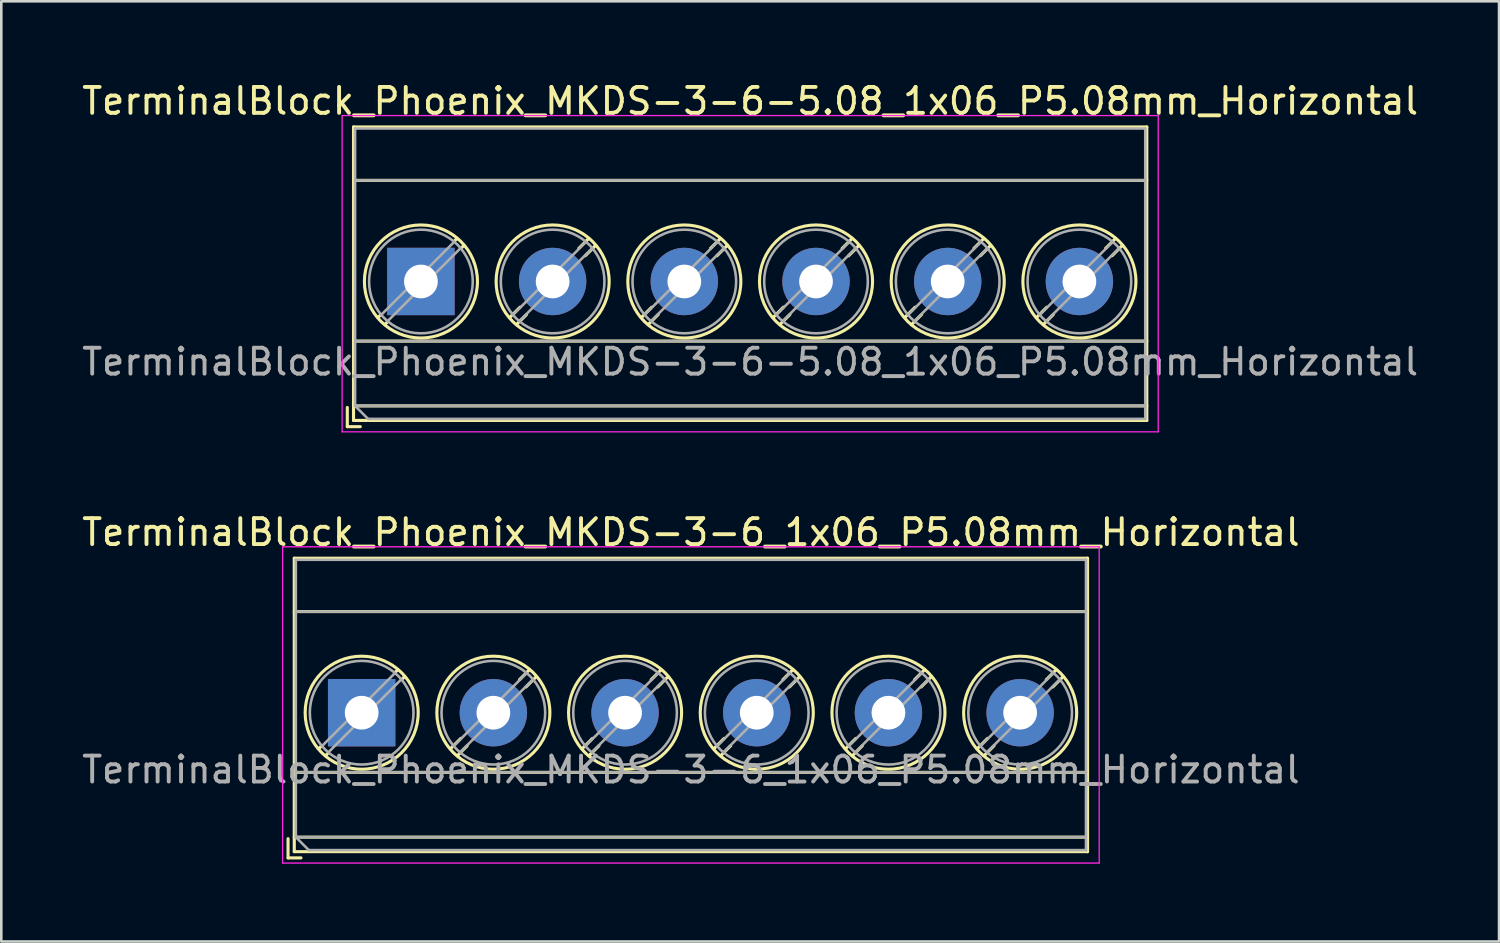
<source format=kicad_pcb>
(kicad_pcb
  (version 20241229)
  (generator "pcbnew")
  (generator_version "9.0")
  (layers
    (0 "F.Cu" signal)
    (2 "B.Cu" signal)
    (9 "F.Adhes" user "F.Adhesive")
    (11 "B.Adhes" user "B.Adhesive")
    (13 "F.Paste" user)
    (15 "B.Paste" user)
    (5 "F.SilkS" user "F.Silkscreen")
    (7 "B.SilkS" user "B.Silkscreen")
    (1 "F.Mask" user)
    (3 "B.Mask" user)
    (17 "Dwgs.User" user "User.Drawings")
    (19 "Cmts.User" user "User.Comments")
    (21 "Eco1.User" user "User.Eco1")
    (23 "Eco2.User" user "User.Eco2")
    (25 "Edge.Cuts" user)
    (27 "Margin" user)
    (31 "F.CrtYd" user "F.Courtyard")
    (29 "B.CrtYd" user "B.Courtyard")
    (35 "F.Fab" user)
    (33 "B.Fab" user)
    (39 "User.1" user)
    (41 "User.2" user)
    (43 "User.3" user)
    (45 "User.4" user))
  (footprint "TerminalBlock_Phoenix_MKDS-3-6_1x06_P5.08mm_Horizontal"
    (layer "F.Cu")
    (at 10.901 24.442)
    (property "Reference" "TerminalBlock_Phoenix_MKDS-3-6_1x06_P5.08mm_Horizontal" (at 12.7 -6.96 0) (layer "F.SilkS") (effects (font (size 1 1) (thickness 0.15))))
    (attr through_hole)
    (fp_line (start -2.84 4.86) (end -2.84 5.6) (stroke (width 0.12) (type solid)) (layer "F.SilkS"))
    (fp_line (start -2.84 5.6) (end -2.34 5.6) (stroke (width 0.12) (type solid)) (layer "F.SilkS"))
    (fp_line (start -2.6 -5.96) (end -2.6 5.36) (stroke (width 0.12) (type solid)) (layer "F.SilkS"))
    (fp_line (start -2.6 -5.96) (end 28 -5.96) (stroke (width 0.12) (type solid)) (layer "F.SilkS"))
    (fp_line (start -2.6 -3.9) (end 28 -3.9) (stroke (width 0.12) (type solid)) (layer "F.SilkS"))
    (fp_line (start -2.6 2.3) (end 28 2.3) (stroke (width 0.12) (type solid)) (layer "F.SilkS"))
    (fp_line (start -2.6 4.8) (end 28 4.8) (stroke (width 0.12) (type solid)) (layer "F.SilkS"))
    (fp_line (start -2.6 5.36) (end 28 5.36) (stroke (width 0.12) (type solid)) (layer "F.SilkS"))
    (fp_line (start -1.548 1.281) (end -1.654 1.388) (stroke (width 0.12) (type solid)) (layer "F.SilkS"))
    (fp_line (start -1.282 1.547) (end -1.388 1.654) (stroke (width 0.12) (type solid)) (layer "F.SilkS"))
    (fp_line (start 1.388 -1.654) (end 1.281 -1.547) (stroke (width 0.12) (type solid)) (layer "F.SilkS"))
    (fp_line (start 1.654 -1.388) (end 1.547 -1.281) (stroke (width 0.12) (type solid)) (layer "F.SilkS"))
    (fp_line (start 3.822 0.992) (end 3.427 1.388) (stroke (width 0.12) (type solid)) (layer "F.SilkS"))
    (fp_line (start 4.073 1.274) (end 3.693 1.654) (stroke (width 0.12) (type solid)) (layer "F.SilkS"))
    (fp_line (start 6.468 -1.654) (end 6.088 -1.274) (stroke (width 0.12) (type solid)) (layer "F.SilkS"))
    (fp_line (start 6.734 -1.388) (end 6.339 -0.992) (stroke (width 0.12) (type solid)) (layer "F.SilkS"))
    (fp_line (start 8.902 0.992) (end 8.507 1.388) (stroke (width 0.12) (type solid)) (layer "F.SilkS"))
    (fp_line (start 9.153 1.274) (end 8.773 1.654) (stroke (width 0.12) (type solid)) (layer "F.SilkS"))
    (fp_line (start 11.548 -1.654) (end 11.168 -1.274) (stroke (width 0.12) (type solid)) (layer "F.SilkS"))
    (fp_line (start 11.814 -1.388) (end 11.419 -0.992) (stroke (width 0.12) (type solid)) (layer "F.SilkS"))
    (fp_line (start 13.982 0.992) (end 13.587 1.388) (stroke (width 0.12) (type solid)) (layer "F.SilkS"))
    (fp_line (start 14.233 1.274) (end 13.853 1.654) (stroke (width 0.12) (type solid)) (layer "F.SilkS"))
    (fp_line (start 16.628 -1.654) (end 16.248 -1.274) (stroke (width 0.12) (type solid)) (layer "F.SilkS"))
    (fp_line (start 16.894 -1.388) (end 16.499 -0.992) (stroke (width 0.12) (type solid)) (layer "F.SilkS"))
    (fp_line (start 19.062 0.992) (end 18.667 1.388) (stroke (width 0.12) (type solid)) (layer "F.SilkS"))
    (fp_line (start 19.313 1.274) (end 18.933 1.654) (stroke (width 0.12) (type solid)) (layer "F.SilkS"))
    (fp_line (start 21.708 -1.654) (end 21.328 -1.274) (stroke (width 0.12) (type solid)) (layer "F.SilkS"))
    (fp_line (start 21.974 -1.388) (end 21.579 -0.992) (stroke (width 0.12) (type solid)) (layer "F.SilkS"))
    (fp_line (start 24.142 0.992) (end 23.747 1.388) (stroke (width 0.12) (type solid)) (layer "F.SilkS"))
    (fp_line (start 24.393 1.274) (end 24.013 1.654) (stroke (width 0.12) (type solid)) (layer "F.SilkS"))
    (fp_line (start 26.788 -1.654) (end 26.408 -1.274) (stroke (width 0.12) (type solid)) (layer "F.SilkS"))
    (fp_line (start 27.054 -1.388) (end 26.659 -0.992) (stroke (width 0.12) (type solid)) (layer "F.SilkS"))
    (fp_line (start 28 -5.96) (end 28 5.36) (stroke (width 0.12) (type solid)) (layer "F.SilkS"))
    (fp_circle (center 0 0) (end 2.18 0) (stroke (width 0.12) (type solid)) (fill no) (layer "F.SilkS"))
    (fp_circle (center 5.08 0) (end 7.26 0) (stroke (width 0.12) (type solid)) (fill no) (layer "F.SilkS"))
    (fp_circle (center 10.16 0) (end 12.34 0) (stroke (width 0.12) (type solid)) (fill no) (layer "F.SilkS"))
    (fp_circle (center 15.24 0) (end 17.42 0) (stroke (width 0.12) (type solid)) (fill no) (layer "F.SilkS"))
    (fp_circle (center 20.32 0) (end 22.5 0) (stroke (width 0.12) (type solid)) (fill no) (layer "F.SilkS"))
    (fp_circle (center 25.4 0) (end 27.58 0) (stroke (width 0.12) (type solid)) (fill no) (layer "F.SilkS"))
    (fp_line (start -3.05 -6.4) (end -3.05 5.8) (stroke (width 0.05) (type solid)) (layer "F.CrtYd"))
    (fp_line (start -3.05 5.8) (end 28.45 5.8) (stroke (width 0.05) (type solid)) (layer "F.CrtYd"))
    (fp_line (start 28.45 -6.4) (end -3.05 -6.4) (stroke (width 0.05) (type solid)) (layer "F.CrtYd"))
    (fp_line (start 28.45 5.8) (end 28.45 -6.4) (stroke (width 0.05) (type solid)) (layer "F.CrtYd"))
    (fp_line (start -2.54 -5.9) (end 27.94 -5.9) (stroke (width 0.1) (type solid)) (layer "F.Fab"))
    (fp_line (start -2.54 -3.9) (end 27.94 -3.9) (stroke (width 0.1) (type solid)) (layer "F.Fab"))
    (fp_line (start -2.54 2.3) (end 27.94 2.3) (stroke (width 0.1) (type solid)) (layer "F.Fab"))
    (fp_line (start -2.54 4.8) (end -2.54 -5.9) (stroke (width 0.1) (type solid)) (layer "F.Fab"))
    (fp_line (start -2.54 4.8) (end 27.94 4.8) (stroke (width 0.1) (type solid)) (layer "F.Fab"))
    (fp_line (start -2.04 5.3) (end -2.54 4.8) (stroke (width 0.1) (type solid)) (layer "F.Fab"))
    (fp_line (start 1.273 -1.517) (end -1.517 1.273) (stroke (width 0.1) (type solid)) (layer "F.Fab"))
    (fp_line (start 1.517 -1.273) (end -1.273 1.517) (stroke (width 0.1) (type solid)) (layer "F.Fab"))
    (fp_line (start 6.353 -1.517) (end 3.564 1.273) (stroke (width 0.1) (type solid)) (layer "F.Fab"))
    (fp_line (start 6.597 -1.273) (end 3.808 1.517) (stroke (width 0.1) (type solid)) (layer "F.Fab"))
    (fp_line (start 11.433 -1.517) (end 8.644 1.273) (stroke (width 0.1) (type solid)) (layer "F.Fab"))
    (fp_line (start 11.677 -1.273) (end 8.888 1.517) (stroke (width 0.1) (type solid)) (layer "F.Fab"))
    (fp_line (start 16.513 -1.517) (end 13.724 1.273) (stroke (width 0.1) (type solid)) (layer "F.Fab"))
    (fp_line (start 16.757 -1.273) (end 13.968 1.517) (stroke (width 0.1) (type solid)) (layer "F.Fab"))
    (fp_line (start 21.593 -1.517) (end 18.804 1.273) (stroke (width 0.1) (type solid)) (layer "F.Fab"))
    (fp_line (start 21.837 -1.273) (end 19.048 1.517) (stroke (width 0.1) (type solid)) (layer "F.Fab"))
    (fp_line (start 26.673 -1.517) (end 23.884 1.273) (stroke (width 0.1) (type solid)) (layer "F.Fab"))
    (fp_line (start 26.917 -1.273) (end 24.128 1.517) (stroke (width 0.1) (type solid)) (layer "F.Fab"))
    (fp_line (start 27.94 -5.9) (end 27.94 5.3) (stroke (width 0.1) (type solid)) (layer "F.Fab"))
    (fp_line (start 27.94 5.3) (end -2.04 5.3) (stroke (width 0.1) (type solid)) (layer "F.Fab"))
    (fp_circle (center 0 0) (end 2 0) (stroke (width 0.1) (type solid)) (fill no) (layer "F.Fab"))
    (fp_circle (center 5.08 0) (end 7.08 0) (stroke (width 0.1) (type solid)) (fill no) (layer "F.Fab"))
    (fp_circle (center 10.16 0) (end 12.16 0) (stroke (width 0.1) (type solid)) (fill no) (layer "F.Fab"))
    (fp_circle (center 15.24 0) (end 17.24 0) (stroke (width 0.1) (type solid)) (fill no) (layer "F.Fab"))
    (fp_circle (center 20.32 0) (end 22.32 0) (stroke (width 0.1) (type solid)) (fill no) (layer "F.Fab"))
    (fp_circle (center 25.4 0) (end 27.4 0) (stroke (width 0.1) (type solid)) (fill no) (layer "F.Fab"))
    (fp_text user "${REFERENCE}" (at 12.7 2.2 0) (layer "F.Fab") (effects (font (size 1 1) (thickness 0.15))))
    (pad "1" thru_hole rect (at 0 0) (size 2.6 2.6) (drill 1.3) (layers "*.Cu" "*.Mask"))
    (pad "2" thru_hole circle (at 5.08 0) (size 2.6 2.6) (drill 1.3) (layers "*.Cu" "*.Mask"))
    (pad "3" thru_hole circle (at 10.16 0) (size 2.6 2.6) (drill 1.3) (layers "*.Cu" "*.Mask"))
    (pad "4" thru_hole circle (at 15.24 0) (size 2.6 2.6) (drill 1.3) (layers "*.Cu" "*.Mask"))
    (pad "5" thru_hole circle (at 20.32 0) (size 2.6 2.6) (drill 1.3) (layers "*.Cu" "*.Mask"))
    (pad "6" thru_hole circle (at 25.4 0) (size 2.6 2.6) (drill 1.3) (layers "*.Cu" "*.Mask")))
  (footprint "TerminalBlock_Phoenix_MKDS-3-6-5.08_1x06_P5.08mm_Horizontal"
    (layer "F.Cu")
    (at 13.187 7.808)
    (property "Reference" "TerminalBlock_Phoenix_MKDS-3-6-5.08_1x06_P5.08mm_Horizontal" (at 12.7 -6.96 0) (layer "F.SilkS") (effects (font (size 1 1) (thickness 0.15))))
    (attr through_hole)
    (fp_line (start -2.84 4.86) (end -2.84 5.6) (stroke (width 0.12) (type solid)) (layer "F.SilkS"))
    (fp_line (start -2.84 5.6) (end -2.34 5.6) (stroke (width 0.12) (type solid)) (layer "F.SilkS"))
    (fp_line (start -2.6 -5.96) (end -2.6 5.36) (stroke (width 0.12) (type solid)) (layer "F.SilkS"))
    (fp_line (start -2.6 -5.96) (end 28 -5.96) (stroke (width 0.12) (type solid)) (layer "F.SilkS"))
    (fp_line (start -2.6 -3.9) (end 28 -3.9) (stroke (width 0.12) (type solid)) (layer "F.SilkS"))
    (fp_line (start -2.6 2.3) (end 28 2.3) (stroke (width 0.12) (type solid)) (layer "F.SilkS"))
    (fp_line (start -2.6 4.8) (end 28 4.8) (stroke (width 0.12) (type solid)) (layer "F.SilkS"))
    (fp_line (start -2.6 5.36) (end 28 5.36) (stroke (width 0.12) (type solid)) (layer "F.SilkS"))
    (fp_line (start -1.548 1.281) (end -1.654 1.388) (stroke (width 0.12) (type solid)) (layer "F.SilkS"))
    (fp_line (start -1.282 1.547) (end -1.388 1.654) (stroke (width 0.12) (type solid)) (layer "F.SilkS"))
    (fp_line (start 1.388 -1.654) (end 1.281 -1.547) (stroke (width 0.12) (type solid)) (layer "F.SilkS"))
    (fp_line (start 1.654 -1.388) (end 1.547 -1.281) (stroke (width 0.12) (type solid)) (layer "F.SilkS"))
    (fp_line (start 3.822 0.992) (end 3.427 1.388) (stroke (width 0.12) (type solid)) (layer "F.SilkS"))
    (fp_line (start 4.073 1.274) (end 3.693 1.654) (stroke (width 0.12) (type solid)) (layer "F.SilkS"))
    (fp_line (start 6.468 -1.654) (end 6.088 -1.274) (stroke (width 0.12) (type solid)) (layer "F.SilkS"))
    (fp_line (start 6.734 -1.388) (end 6.339 -0.992) (stroke (width 0.12) (type solid)) (layer "F.SilkS"))
    (fp_line (start 8.902 0.992) (end 8.507 1.388) (stroke (width 0.12) (type solid)) (layer "F.SilkS"))
    (fp_line (start 9.153 1.274) (end 8.773 1.654) (stroke (width 0.12) (type solid)) (layer "F.SilkS"))
    (fp_line (start 11.548 -1.654) (end 11.168 -1.274) (stroke (width 0.12) (type solid)) (layer "F.SilkS"))
    (fp_line (start 11.814 -1.388) (end 11.419 -0.992) (stroke (width 0.12) (type solid)) (layer "F.SilkS"))
    (fp_line (start 13.982 0.992) (end 13.587 1.388) (stroke (width 0.12) (type solid)) (layer "F.SilkS"))
    (fp_line (start 14.233 1.274) (end 13.853 1.654) (stroke (width 0.12) (type solid)) (layer "F.SilkS"))
    (fp_line (start 16.628 -1.654) (end 16.248 -1.274) (stroke (width 0.12) (type solid)) (layer "F.SilkS"))
    (fp_line (start 16.894 -1.388) (end 16.499 -0.992) (stroke (width 0.12) (type solid)) (layer "F.SilkS"))
    (fp_line (start 19.062 0.992) (end 18.667 1.388) (stroke (width 0.12) (type solid)) (layer "F.SilkS"))
    (fp_line (start 19.313 1.274) (end 18.933 1.654) (stroke (width 0.12) (type solid)) (layer "F.SilkS"))
    (fp_line (start 21.708 -1.654) (end 21.328 -1.274) (stroke (width 0.12) (type solid)) (layer "F.SilkS"))
    (fp_line (start 21.974 -1.388) (end 21.579 -0.992) (stroke (width 0.12) (type solid)) (layer "F.SilkS"))
    (fp_line (start 24.142 0.992) (end 23.747 1.388) (stroke (width 0.12) (type solid)) (layer "F.SilkS"))
    (fp_line (start 24.393 1.274) (end 24.013 1.654) (stroke (width 0.12) (type solid)) (layer "F.SilkS"))
    (fp_line (start 26.788 -1.654) (end 26.408 -1.274) (stroke (width 0.12) (type solid)) (layer "F.SilkS"))
    (fp_line (start 27.054 -1.388) (end 26.659 -0.992) (stroke (width 0.12) (type solid)) (layer "F.SilkS"))
    (fp_line (start 28 -5.96) (end 28 5.36) (stroke (width 0.12) (type solid)) (layer "F.SilkS"))
    (fp_circle (center 0 0) (end 2.18 0) (stroke (width 0.12) (type solid)) (fill no) (layer "F.SilkS"))
    (fp_circle (center 5.08 0) (end 7.26 0) (stroke (width 0.12) (type solid)) (fill no) (layer "F.SilkS"))
    (fp_circle (center 10.16 0) (end 12.34 0) (stroke (width 0.12) (type solid)) (fill no) (layer "F.SilkS"))
    (fp_circle (center 15.24 0) (end 17.42 0) (stroke (width 0.12) (type solid)) (fill no) (layer "F.SilkS"))
    (fp_circle (center 20.32 0) (end 22.5 0) (stroke (width 0.12) (type solid)) (fill no) (layer "F.SilkS"))
    (fp_circle (center 25.4 0) (end 27.58 0) (stroke (width 0.12) (type solid)) (fill no) (layer "F.SilkS"))
    (fp_line (start -3.04 -6.4) (end -3.04 5.8) (stroke (width 0.05) (type solid)) (layer "F.CrtYd"))
    (fp_line (start -3.04 5.8) (end 28.44 5.8) (stroke (width 0.05) (type solid)) (layer "F.CrtYd"))
    (fp_line (start 28.44 -6.4) (end -3.04 -6.4) (stroke (width 0.05) (type solid)) (layer "F.CrtYd"))
    (fp_line (start 28.44 5.8) (end 28.44 -6.4) (stroke (width 0.05) (type solid)) (layer "F.CrtYd"))
    (fp_line (start -2.54 -5.9) (end 27.94 -5.9) (stroke (width 0.1) (type solid)) (layer "F.Fab"))
    (fp_line (start -2.54 -3.9) (end 27.94 -3.9) (stroke (width 0.1) (type solid)) (layer "F.Fab"))
    (fp_line (start -2.54 2.3) (end 27.94 2.3) (stroke (width 0.1) (type solid)) (layer "F.Fab"))
    (fp_line (start -2.54 4.8) (end -2.54 -5.9) (stroke (width 0.1) (type solid)) (layer "F.Fab"))
    (fp_line (start -2.54 4.8) (end 27.94 4.8) (stroke (width 0.1) (type solid)) (layer "F.Fab"))
    (fp_line (start -2.04 5.3) (end -2.54 4.8) (stroke (width 0.1) (type solid)) (layer "F.Fab"))
    (fp_line (start 1.273 -1.517) (end -1.517 1.273) (stroke (width 0.1) (type solid)) (layer "F.Fab"))
    (fp_line (start 1.517 -1.273) (end -1.273 1.517) (stroke (width 0.1) (type solid)) (layer "F.Fab"))
    (fp_line (start 6.353 -1.517) (end 3.564 1.273) (stroke (width 0.1) (type solid)) (layer "F.Fab"))
    (fp_line (start 6.597 -1.273) (end 3.808 1.517) (stroke (width 0.1) (type solid)) (layer "F.Fab"))
    (fp_line (start 11.433 -1.517) (end 8.644 1.273) (stroke (width 0.1) (type solid)) (layer "F.Fab"))
    (fp_line (start 11.677 -1.273) (end 8.888 1.517) (stroke (width 0.1) (type solid)) (layer "F.Fab"))
    (fp_line (start 16.513 -1.517) (end 13.724 1.273) (stroke (width 0.1) (type solid)) (layer "F.Fab"))
    (fp_line (start 16.757 -1.273) (end 13.968 1.517) (stroke (width 0.1) (type solid)) (layer "F.Fab"))
    (fp_line (start 21.593 -1.517) (end 18.804 1.273) (stroke (width 0.1) (type solid)) (layer "F.Fab"))
    (fp_line (start 21.837 -1.273) (end 19.048 1.517) (stroke (width 0.1) (type solid)) (layer "F.Fab"))
    (fp_line (start 26.673 -1.517) (end 23.884 1.273) (stroke (width 0.1) (type solid)) (layer "F.Fab"))
    (fp_line (start 26.917 -1.273) (end 24.128 1.517) (stroke (width 0.1) (type solid)) (layer "F.Fab"))
    (fp_line (start 27.94 -5.9) (end 27.94 5.3) (stroke (width 0.1) (type solid)) (layer "F.Fab"))
    (fp_line (start 27.94 5.3) (end -2.04 5.3) (stroke (width 0.1) (type solid)) (layer "F.Fab"))
    (fp_circle (center 0 0) (end 2 0) (stroke (width 0.1) (type solid)) (fill no) (layer "F.Fab"))
    (fp_circle (center 5.08 0) (end 7.08 0) (stroke (width 0.1) (type solid)) (fill no) (layer "F.Fab"))
    (fp_circle (center 10.16 0) (end 12.16 0) (stroke (width 0.1) (type solid)) (fill no) (layer "F.Fab"))
    (fp_circle (center 15.24 0) (end 17.24 0) (stroke (width 0.1) (type solid)) (fill no) (layer "F.Fab"))
    (fp_circle (center 20.32 0) (end 22.32 0) (stroke (width 0.1) (type solid)) (fill no) (layer "F.Fab"))
    (fp_circle (center 25.4 0) (end 27.4 0) (stroke (width 0.1) (type solid)) (fill no) (layer "F.Fab"))
    (fp_text user "${REFERENCE}" (at 12.7 3.1 0) (layer "F.Fab") (effects (font (size 1 1) (thickness 0.15))))
    (pad "1" thru_hole rect (at 0 0) (size 2.6 2.6) (drill 1.3) (layers "*.Cu" "*.Mask"))
    (pad "2" thru_hole circle (at 5.08 0) (size 2.6 2.6) (drill 1.3) (layers "*.Cu" "*.Mask"))
    (pad "3" thru_hole circle (at 10.16 0) (size 2.6 2.6) (drill 1.3) (layers "*.Cu" "*.Mask"))
    (pad "4" thru_hole circle (at 15.24 0) (size 2.6 2.6) (drill 1.3) (layers "*.Cu" "*.Mask"))
    (pad "5" thru_hole circle (at 20.32 0) (size 2.6 2.6) (drill 1.3) (layers "*.Cu" "*.Mask"))
    (pad "6" thru_hole circle (at 25.4 0) (size 2.6 2.6) (drill 1.3) (layers "*.Cu" "*.Mask")))
  (gr_rect
    (start -3 -3)
    (end 54.774 33.267)
    (stroke (width 0.1) (type default))
    (fill no)
    (layer "Edge.Cuts")))
</source>
